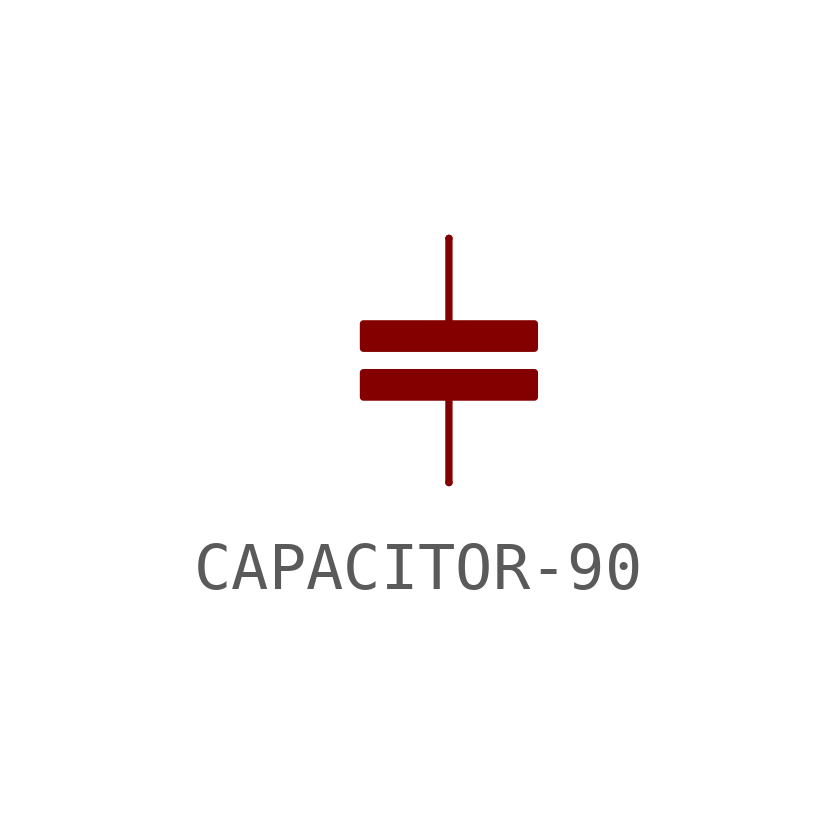
<source format=kicad_sym>
(kicad_symbol_lib
  (version 20231120)
  (generator "kicad_symbol_editor")
  (generator_version "8.0")
  (symbol "CAPACITOR-90"
    (property "Reference" ""
      (at 2.54 0 90)
      (effects (font (size 1.778 1.511)) (justify top) (hide yes)))
    (property "Value" ""
      (at -2.54 0 90)
      (effects (font (size 1.778 1.511)) (justify bottom)))
    (property "ki_locked" ""
      (at 0 0 0)
      (effects (font (size 1.27 1.27))))
    (symbol "CAPACITOR-90_1_0"
      (rectangle (start -1.778 -0.762) (end 1.778 -0.254) (stroke (width 0) (type default)) (fill (type outline)))
      (rectangle (start -1.778 0.254) (end 1.778 0.762) (stroke (width 0) (type default)) (fill (type outline)))
      (polyline (pts (xy 0 -2.54) (xy 0 -0.762)) (stroke (width 0.152) (type solid)) (fill (type none)))
      (polyline (pts (xy 0 2.54) (xy 0 0.762)) (stroke (width 0.152) (type solid)) (fill (type none)))
      (pin passive line (at 0 2.54 0) (length 0) (name "1" (effects (font (size 0 0)))) (number "1" (effects (font (size 0 0)))))
      (pin passive line (at 0 -2.54 90) (length 0) (name "2" (effects (font (size 0 0)))) (number "2" (effects (font (size 0 0))))))))
</source>
